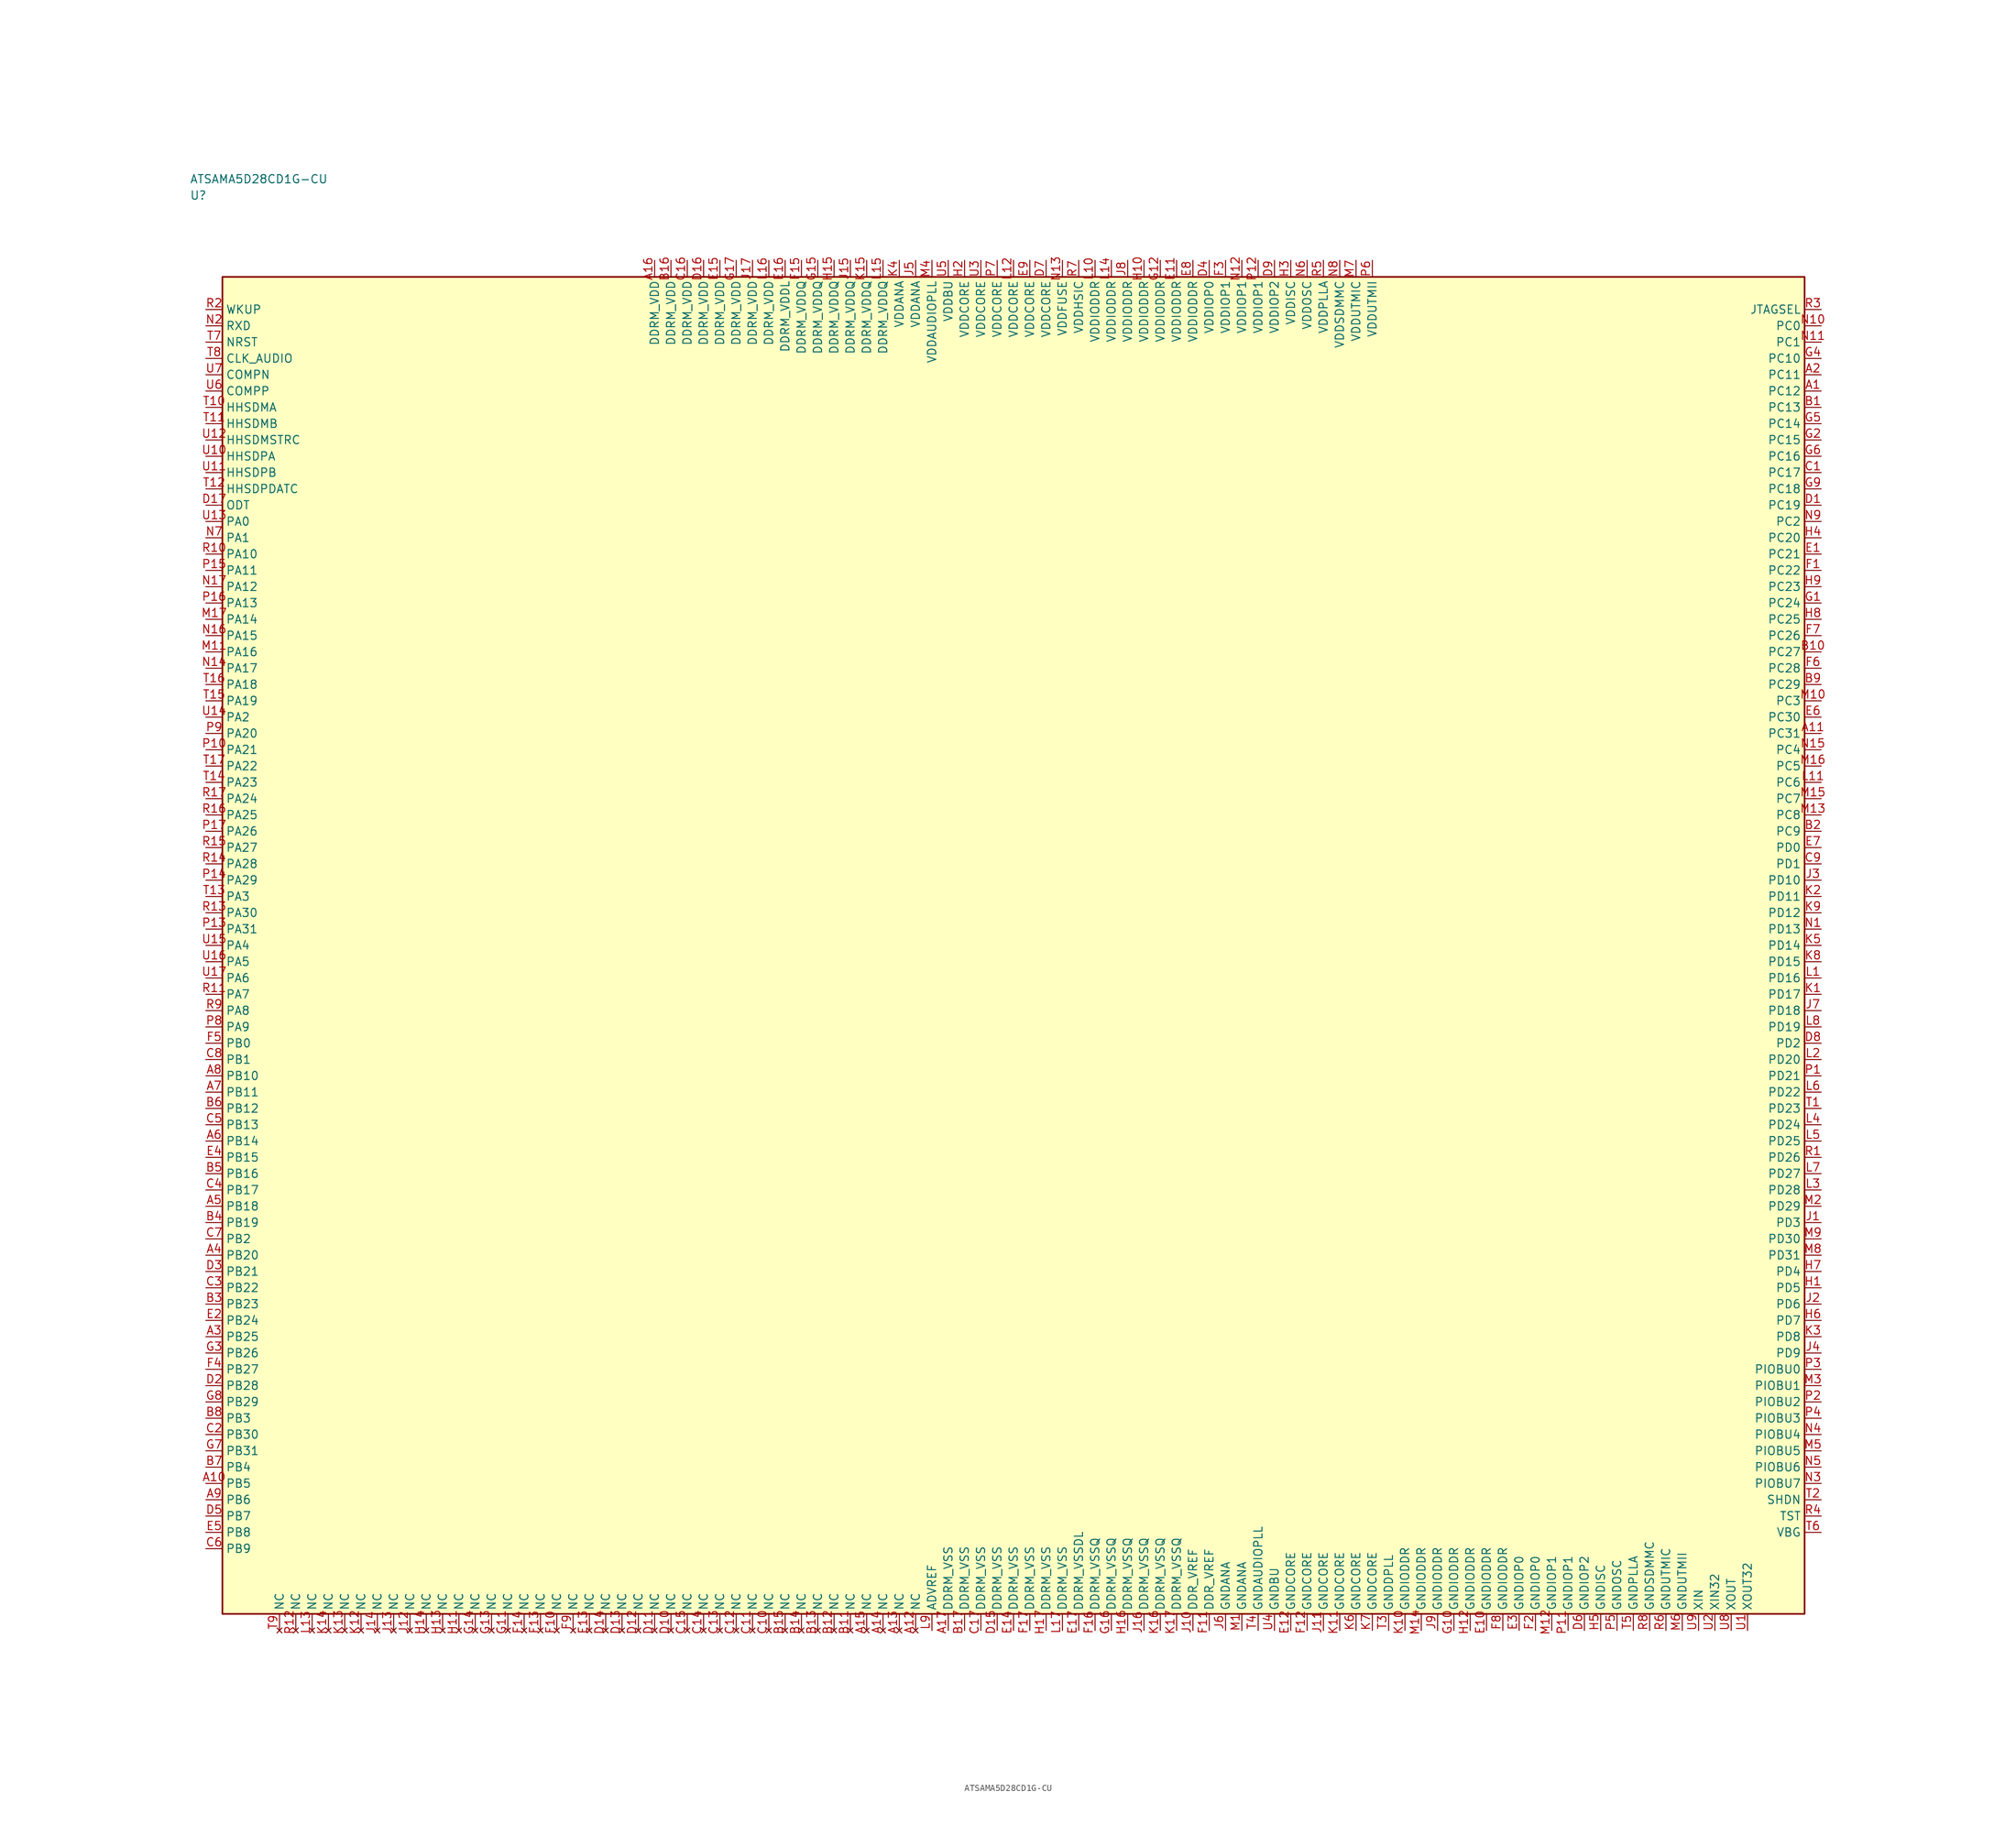
<source format=kicad_sym>
(kicad_symbol_lib
  (version 20241025)
  (generator "kicad_symbol_editor")
  (generator_version "8.0")
  (symbol "ATSAMA5D28CD1G-CU"
    (property "Reference" "U"
      (at -126.25 115.0 0)
      (effects (font (size 1.27 1.27)) (justify left)))
    (property "Value" "ATSAMA5D28CD1G-CU"
      (at -126.25 117.5 0)
      (effects (font (size 1.27 1.27)) (justify left)))
    (symbol "ATSAMA5D28CD1G-CU_0_1"
      (rectangle (start -121.25 102.5) (end 121.25 -102.5) (stroke (width 0.254) (type default)) (fill (type background))))
    (symbol "ATSAMA5D28CD1G-CU_1_1"
      (pin bidirectional line (at -123.79 65.0 0.0) (length 2.54) (name "PA0" (effects (font (size 1.27 1.27)))) (number "U13" (effects (font (size 1.27 1.27)))))
      (pin bidirectional line (at -123.79 62.5 0.0) (length 2.54) (name "PA1" (effects (font (size 1.27 1.27)))) (number "N7" (effects (font (size 1.27 1.27)))))
      (pin bidirectional line (at -123.79 35.0 0.0) (length 2.54) (name "PA2" (effects (font (size 1.27 1.27)))) (number "U14" (effects (font (size 1.27 1.27)))))
      (pin bidirectional line (at -123.79 7.5 0.0) (length 2.54) (name "PA3" (effects (font (size 1.27 1.27)))) (number "T13" (effects (font (size 1.27 1.27)))))
      (pin bidirectional line (at -123.79 0.0 0.0) (length 2.54) (name "PA4" (effects (font (size 1.27 1.27)))) (number "U15" (effects (font (size 1.27 1.27)))))
      (pin bidirectional line (at -123.79 -2.5 0.0) (length 2.54) (name "PA5" (effects (font (size 1.27 1.27)))) (number "U16" (effects (font (size 1.27 1.27)))))
      (pin bidirectional line (at -123.79 -5.0 0.0) (length 2.54) (name "PA6" (effects (font (size 1.27 1.27)))) (number "U17" (effects (font (size 1.27 1.27)))))
      (pin bidirectional line (at -123.79 -7.5 0.0) (length 2.54) (name "PA7" (effects (font (size 1.27 1.27)))) (number "R11" (effects (font (size 1.27 1.27)))))
      (pin bidirectional line (at -123.79 -10.0 0.0) (length 2.54) (name "PA8" (effects (font (size 1.27 1.27)))) (number "R9" (effects (font (size 1.27 1.27)))))
      (pin bidirectional line (at -123.79 -12.5 0.0) (length 2.54) (name "PA9" (effects (font (size 1.27 1.27)))) (number "P8" (effects (font (size 1.27 1.27)))))
      (pin bidirectional line (at -123.79 60.0 0.0) (length 2.54) (name "PA10" (effects (font (size 1.27 1.27)))) (number "R10" (effects (font (size 1.27 1.27)))))
      (pin bidirectional line (at -123.79 57.5 0.0) (length 2.54) (name "PA11" (effects (font (size 1.27 1.27)))) (number "P15" (effects (font (size 1.27 1.27)))))
      (pin bidirectional line (at -123.79 55.0 0.0) (length 2.54) (name "PA12" (effects (font (size 1.27 1.27)))) (number "N17" (effects (font (size 1.27 1.27)))))
      (pin bidirectional line (at -123.79 52.5 0.0) (length 2.54) (name "PA13" (effects (font (size 1.27 1.27)))) (number "P16" (effects (font (size 1.27 1.27)))))
      (pin bidirectional line (at -123.79 50.0 0.0) (length 2.54) (name "PA14" (effects (font (size 1.27 1.27)))) (number "M17" (effects (font (size 1.27 1.27)))))
      (pin bidirectional line (at -123.79 47.5 0.0) (length 2.54) (name "PA15" (effects (font (size 1.27 1.27)))) (number "N16" (effects (font (size 1.27 1.27)))))
      (pin bidirectional line (at -123.79 45.0 0.0) (length 2.54) (name "PA16" (effects (font (size 1.27 1.27)))) (number "M11" (effects (font (size 1.27 1.27)))))
      (pin bidirectional line (at -123.79 42.5 0.0) (length 2.54) (name "PA17" (effects (font (size 1.27 1.27)))) (number "N14" (effects (font (size 1.27 1.27)))))
      (pin bidirectional line (at -123.79 40.0 0.0) (length 2.54) (name "PA18" (effects (font (size 1.27 1.27)))) (number "T16" (effects (font (size 1.27 1.27)))))
      (pin bidirectional line (at -123.79 37.5 0.0) (length 2.54) (name "PA19" (effects (font (size 1.27 1.27)))) (number "T15" (effects (font (size 1.27 1.27)))))
      (pin bidirectional line (at -123.79 32.5 0.0) (length 2.54) (name "PA20" (effects (font (size 1.27 1.27)))) (number "P9" (effects (font (size 1.27 1.27)))))
      (pin bidirectional line (at -123.79 30.0 0.0) (length 2.54) (name "PA21" (effects (font (size 1.27 1.27)))) (number "P10" (effects (font (size 1.27 1.27)))))
      (pin bidirectional line (at -123.79 27.5 0.0) (length 2.54) (name "PA22" (effects (font (size 1.27 1.27)))) (number "T17" (effects (font (size 1.27 1.27)))))
      (pin bidirectional line (at -123.79 25.0 0.0) (length 2.54) (name "PA23" (effects (font (size 1.27 1.27)))) (number "T14" (effects (font (size 1.27 1.27)))))
      (pin bidirectional line (at -123.79 22.5 0.0) (length 2.54) (name "PA24" (effects (font (size 1.27 1.27)))) (number "R17" (effects (font (size 1.27 1.27)))))
      (pin bidirectional line (at -123.79 20.0 0.0) (length 2.54) (name "PA25" (effects (font (size 1.27 1.27)))) (number "R16" (effects (font (size 1.27 1.27)))))
      (pin bidirectional line (at -123.79 17.5 0.0) (length 2.54) (name "PA26" (effects (font (size 1.27 1.27)))) (number "P17" (effects (font (size 1.27 1.27)))))
      (pin bidirectional line (at -123.79 15.0 0.0) (length 2.54) (name "PA27" (effects (font (size 1.27 1.27)))) (number "R15" (effects (font (size 1.27 1.27)))))
      (pin bidirectional line (at -123.79 12.5 0.0) (length 2.54) (name "PA28" (effects (font (size 1.27 1.27)))) (number "R14" (effects (font (size 1.27 1.27)))))
      (pin bidirectional line (at -123.79 10.0 0.0) (length 2.54) (name "PA29" (effects (font (size 1.27 1.27)))) (number "P14" (effects (font (size 1.27 1.27)))))
      (pin bidirectional line (at -123.79 5.0 0.0) (length 2.54) (name "PA30" (effects (font (size 1.27 1.27)))) (number "R13" (effects (font (size 1.27 1.27)))))
      (pin bidirectional line (at -123.79 2.5 0.0) (length 2.54) (name "PA31" (effects (font (size 1.27 1.27)))) (number "P13" (effects (font (size 1.27 1.27)))))
      (pin bidirectional line (at -123.79 -15.0 0.0) (length 2.54) (name "PB0" (effects (font (size 1.27 1.27)))) (number "F5" (effects (font (size 1.27 1.27)))))
      (pin bidirectional line (at -123.79 -17.5 0.0) (length 2.54) (name "PB1" (effects (font (size 1.27 1.27)))) (number "C8" (effects (font (size 1.27 1.27)))))
      (pin bidirectional line (at -123.79 -45.0 0.0) (length 2.54) (name "PB2" (effects (font (size 1.27 1.27)))) (number "C7" (effects (font (size 1.27 1.27)))))
      (pin bidirectional line (at -123.79 -72.5 0.0) (length 2.54) (name "PB3" (effects (font (size 1.27 1.27)))) (number "B8" (effects (font (size 1.27 1.27)))))
      (pin bidirectional line (at -123.79 -80.0 0.0) (length 2.54) (name "PB4" (effects (font (size 1.27 1.27)))) (number "B7" (effects (font (size 1.27 1.27)))))
      (pin bidirectional line (at -123.79 -82.5 0.0) (length 2.54) (name "PB5" (effects (font (size 1.27 1.27)))) (number "A10" (effects (font (size 1.27 1.27)))))
      (pin bidirectional line (at -123.79 -85.0 0.0) (length 2.54) (name "PB6" (effects (font (size 1.27 1.27)))) (number "A9" (effects (font (size 1.27 1.27)))))
      (pin bidirectional line (at -123.79 -87.5 0.0) (length 2.54) (name "PB7" (effects (font (size 1.27 1.27)))) (number "D5" (effects (font (size 1.27 1.27)))))
      (pin bidirectional line (at -123.79 -90.0 0.0) (length 2.54) (name "PB8" (effects (font (size 1.27 1.27)))) (number "E5" (effects (font (size 1.27 1.27)))))
      (pin bidirectional line (at -123.79 -92.5 0.0) (length 2.54) (name "PB9" (effects (font (size 1.27 1.27)))) (number "C6" (effects (font (size 1.27 1.27)))))
      (pin bidirectional line (at -123.79 -20.0 0.0) (length 2.54) (name "PB10" (effects (font (size 1.27 1.27)))) (number "A8" (effects (font (size 1.27 1.27)))))
      (pin bidirectional line (at -123.79 -22.5 0.0) (length 2.54) (name "PB11" (effects (font (size 1.27 1.27)))) (number "A7" (effects (font (size 1.27 1.27)))))
      (pin bidirectional line (at -123.79 -25.0 0.0) (length 2.54) (name "PB12" (effects (font (size 1.27 1.27)))) (number "B6" (effects (font (size 1.27 1.27)))))
      (pin bidirectional line (at -123.79 -27.5 0.0) (length 2.54) (name "PB13" (effects (font (size 1.27 1.27)))) (number "C5" (effects (font (size 1.27 1.27)))))
      (pin bidirectional line (at -123.79 -30.0 0.0) (length 2.54) (name "PB14" (effects (font (size 1.27 1.27)))) (number "A6" (effects (font (size 1.27 1.27)))))
      (pin bidirectional line (at -123.79 -32.5 0.0) (length 2.54) (name "PB15" (effects (font (size 1.27 1.27)))) (number "E4" (effects (font (size 1.27 1.27)))))
      (pin bidirectional line (at -123.79 -35.0 0.0) (length 2.54) (name "PB16" (effects (font (size 1.27 1.27)))) (number "B5" (effects (font (size 1.27 1.27)))))
      (pin bidirectional line (at -123.79 -37.5 0.0) (length 2.54) (name "PB17" (effects (font (size 1.27 1.27)))) (number "C4" (effects (font (size 1.27 1.27)))))
      (pin bidirectional line (at -123.79 -40.0 0.0) (length 2.54) (name "PB18" (effects (font (size 1.27 1.27)))) (number "A5" (effects (font (size 1.27 1.27)))))
      (pin bidirectional line (at -123.79 -42.5 0.0) (length 2.54) (name "PB19" (effects (font (size 1.27 1.27)))) (number "B4" (effects (font (size 1.27 1.27)))))
      (pin bidirectional line (at -123.79 -47.5 0.0) (length 2.54) (name "PB20" (effects (font (size 1.27 1.27)))) (number "A4" (effects (font (size 1.27 1.27)))))
      (pin bidirectional line (at -123.79 -50.0 0.0) (length 2.54) (name "PB21" (effects (font (size 1.27 1.27)))) (number "D3" (effects (font (size 1.27 1.27)))))
      (pin bidirectional line (at -123.79 -52.5 0.0) (length 2.54) (name "PB22" (effects (font (size 1.27 1.27)))) (number "C3" (effects (font (size 1.27 1.27)))))
      (pin bidirectional line (at -123.79 -55.0 0.0) (length 2.54) (name "PB23" (effects (font (size 1.27 1.27)))) (number "B3" (effects (font (size 1.27 1.27)))))
      (pin bidirectional line (at -123.79 -57.5 0.0) (length 2.54) (name "PB24" (effects (font (size 1.27 1.27)))) (number "E2" (effects (font (size 1.27 1.27)))))
      (pin bidirectional line (at -123.79 -60.0 0.0) (length 2.54) (name "PB25" (effects (font (size 1.27 1.27)))) (number "A3" (effects (font (size 1.27 1.27)))))
      (pin bidirectional line (at -123.79 -62.5 0.0) (length 2.54) (name "PB26" (effects (font (size 1.27 1.27)))) (number "G3" (effects (font (size 1.27 1.27)))))
      (pin bidirectional line (at -123.79 -65.0 0.0) (length 2.54) (name "PB27" (effects (font (size 1.27 1.27)))) (number "F4" (effects (font (size 1.27 1.27)))))
      (pin bidirectional line (at -123.79 -67.5 0.0) (length 2.54) (name "PB28" (effects (font (size 1.27 1.27)))) (number "D2" (effects (font (size 1.27 1.27)))))
      (pin bidirectional line (at -123.79 -70.0 0.0) (length 2.54) (name "PB29" (effects (font (size 1.27 1.27)))) (number "G8" (effects (font (size 1.27 1.27)))))
      (pin bidirectional line (at -123.79 -75.0 0.0) (length 2.54) (name "PB30" (effects (font (size 1.27 1.27)))) (number "C2" (effects (font (size 1.27 1.27)))))
      (pin bidirectional line (at -123.79 -77.5 0.0) (length 2.54) (name "PB31" (effects (font (size 1.27 1.27)))) (number "G7" (effects (font (size 1.27 1.27)))))
      (pin bidirectional line (at 123.79 95.0 180.0) (length 2.54) (name "PC0" (effects (font (size 1.27 1.27)))) (number "N10" (effects (font (size 1.27 1.27)))))
      (pin bidirectional line (at 123.79 92.5 180.0) (length 2.54) (name "PC1" (effects (font (size 1.27 1.27)))) (number "N11" (effects (font (size 1.27 1.27)))))
      (pin bidirectional line (at 123.79 65.0 180.0) (length 2.54) (name "PC2" (effects (font (size 1.27 1.27)))) (number "N9" (effects (font (size 1.27 1.27)))))
      (pin bidirectional line (at 123.79 37.5 180.0) (length 2.54) (name "PC3" (effects (font (size 1.27 1.27)))) (number "M10" (effects (font (size 1.27 1.27)))))
      (pin bidirectional line (at 123.79 30.0 180.0) (length 2.54) (name "PC4" (effects (font (size 1.27 1.27)))) (number "N15" (effects (font (size 1.27 1.27)))))
      (pin bidirectional line (at 123.79 27.5 180.0) (length 2.54) (name "PC5" (effects (font (size 1.27 1.27)))) (number "M16" (effects (font (size 1.27 1.27)))))
      (pin bidirectional line (at 123.79 25.0 180.0) (length 2.54) (name "PC6" (effects (font (size 1.27 1.27)))) (number "L11" (effects (font (size 1.27 1.27)))))
      (pin bidirectional line (at 123.79 22.5 180.0) (length 2.54) (name "PC7" (effects (font (size 1.27 1.27)))) (number "M15" (effects (font (size 1.27 1.27)))))
      (pin bidirectional line (at 123.79 20.0 180.0) (length 2.54) (name "PC8" (effects (font (size 1.27 1.27)))) (number "M13" (effects (font (size 1.27 1.27)))))
      (pin bidirectional line (at 123.79 17.5 180.0) (length 2.54) (name "PC9" (effects (font (size 1.27 1.27)))) (number "B2" (effects (font (size 1.27 1.27)))))
      (pin bidirectional line (at 123.79 90.0 180.0) (length 2.54) (name "PC10" (effects (font (size 1.27 1.27)))) (number "G4" (effects (font (size 1.27 1.27)))))
      (pin bidirectional line (at 123.79 87.5 180.0) (length 2.54) (name "PC11" (effects (font (size 1.27 1.27)))) (number "A2" (effects (font (size 1.27 1.27)))))
      (pin bidirectional line (at 123.79 85.0 180.0) (length 2.54) (name "PC12" (effects (font (size 1.27 1.27)))) (number "A1" (effects (font (size 1.27 1.27)))))
      (pin bidirectional line (at 123.79 82.5 180.0) (length 2.54) (name "PC13" (effects (font (size 1.27 1.27)))) (number "B1" (effects (font (size 1.27 1.27)))))
      (pin bidirectional line (at 123.79 80.0 180.0) (length 2.54) (name "PC14" (effects (font (size 1.27 1.27)))) (number "G5" (effects (font (size 1.27 1.27)))))
      (pin bidirectional line (at 123.79 77.5 180.0) (length 2.54) (name "PC15" (effects (font (size 1.27 1.27)))) (number "G2" (effects (font (size 1.27 1.27)))))
      (pin bidirectional line (at 123.79 75.0 180.0) (length 2.54) (name "PC16" (effects (font (size 1.27 1.27)))) (number "G6" (effects (font (size 1.27 1.27)))))
      (pin bidirectional line (at 123.79 72.5 180.0) (length 2.54) (name "PC17" (effects (font (size 1.27 1.27)))) (number "C1" (effects (font (size 1.27 1.27)))))
      (pin bidirectional line (at 123.79 70.0 180.0) (length 2.54) (name "PC18" (effects (font (size 1.27 1.27)))) (number "G9" (effects (font (size 1.27 1.27)))))
      (pin bidirectional line (at 123.79 67.5 180.0) (length 2.54) (name "PC19" (effects (font (size 1.27 1.27)))) (number "D1" (effects (font (size 1.27 1.27)))))
      (pin bidirectional line (at 123.79 62.5 180.0) (length 2.54) (name "PC20" (effects (font (size 1.27 1.27)))) (number "H4" (effects (font (size 1.27 1.27)))))
      (pin bidirectional line (at 123.79 60.0 180.0) (length 2.54) (name "PC21" (effects (font (size 1.27 1.27)))) (number "E1" (effects (font (size 1.27 1.27)))))
      (pin bidirectional line (at 123.79 57.5 180.0) (length 2.54) (name "PC22" (effects (font (size 1.27 1.27)))) (number "F1" (effects (font (size 1.27 1.27)))))
      (pin bidirectional line (at 123.79 55.0 180.0) (length 2.54) (name "PC23" (effects (font (size 1.27 1.27)))) (number "H9" (effects (font (size 1.27 1.27)))))
      (pin bidirectional line (at 123.79 52.5 180.0) (length 2.54) (name "PC24" (effects (font (size 1.27 1.27)))) (number "G1" (effects (font (size 1.27 1.27)))))
      (pin bidirectional line (at 123.79 50.0 180.0) (length 2.54) (name "PC25" (effects (font (size 1.27 1.27)))) (number "H8" (effects (font (size 1.27 1.27)))))
      (pin bidirectional line (at 123.79 47.5 180.0) (length 2.54) (name "PC26" (effects (font (size 1.27 1.27)))) (number "F7" (effects (font (size 1.27 1.27)))))
      (pin bidirectional line (at 123.79 45.0 180.0) (length 2.54) (name "PC27" (effects (font (size 1.27 1.27)))) (number "B10" (effects (font (size 1.27 1.27)))))
      (pin bidirectional line (at 123.79 42.5 180.0) (length 2.54) (name "PC28" (effects (font (size 1.27 1.27)))) (number "F6" (effects (font (size 1.27 1.27)))))
      (pin bidirectional line (at 123.79 40.0 180.0) (length 2.54) (name "PC29" (effects (font (size 1.27 1.27)))) (number "B9" (effects (font (size 1.27 1.27)))))
      (pin bidirectional line (at 123.79 35.0 180.0) (length 2.54) (name "PC30" (effects (font (size 1.27 1.27)))) (number "E6" (effects (font (size 1.27 1.27)))))
      (pin bidirectional line (at 123.79 32.5 180.0) (length 2.54) (name "PC31" (effects (font (size 1.27 1.27)))) (number "A11" (effects (font (size 1.27 1.27)))))
      (pin bidirectional line (at 123.79 15.0 180.0) (length 2.54) (name "PD0" (effects (font (size 1.27 1.27)))) (number "E7" (effects (font (size 1.27 1.27)))))
      (pin bidirectional line (at 123.79 12.5 180.0) (length 2.54) (name "PD1" (effects (font (size 1.27 1.27)))) (number "C9" (effects (font (size 1.27 1.27)))))
      (pin bidirectional line (at 123.79 -15.0 180.0) (length 2.54) (name "PD2" (effects (font (size 1.27 1.27)))) (number "D8" (effects (font (size 1.27 1.27)))))
      (pin bidirectional line (at 123.79 -42.5 180.0) (length 2.54) (name "PD3" (effects (font (size 1.27 1.27)))) (number "J1" (effects (font (size 1.27 1.27)))))
      (pin bidirectional line (at 123.79 -50.0 180.0) (length 2.54) (name "PD4" (effects (font (size 1.27 1.27)))) (number "H7" (effects (font (size 1.27 1.27)))))
      (pin bidirectional line (at 123.79 -52.5 180.0) (length 2.54) (name "PD5" (effects (font (size 1.27 1.27)))) (number "H1" (effects (font (size 1.27 1.27)))))
      (pin bidirectional line (at 123.79 -55.0 180.0) (length 2.54) (name "PD6" (effects (font (size 1.27 1.27)))) (number "J2" (effects (font (size 1.27 1.27)))))
      (pin bidirectional line (at 123.79 -57.5 180.0) (length 2.54) (name "PD7" (effects (font (size 1.27 1.27)))) (number "H6" (effects (font (size 1.27 1.27)))))
      (pin bidirectional line (at 123.79 -60.0 180.0) (length 2.54) (name "PD8" (effects (font (size 1.27 1.27)))) (number "K3" (effects (font (size 1.27 1.27)))))
      (pin bidirectional line (at 123.79 -62.5 180.0) (length 2.54) (name "PD9" (effects (font (size 1.27 1.27)))) (number "J4" (effects (font (size 1.27 1.27)))))
      (pin bidirectional line (at 123.79 10.0 180.0) (length 2.54) (name "PD10" (effects (font (size 1.27 1.27)))) (number "J3" (effects (font (size 1.27 1.27)))))
      (pin bidirectional line (at 123.79 7.5 180.0) (length 2.54) (name "PD11" (effects (font (size 1.27 1.27)))) (number "K2" (effects (font (size 1.27 1.27)))))
      (pin bidirectional line (at 123.79 5.0 180.0) (length 2.54) (name "PD12" (effects (font (size 1.27 1.27)))) (number "K9" (effects (font (size 1.27 1.27)))))
      (pin bidirectional line (at 123.79 2.5 180.0) (length 2.54) (name "PD13" (effects (font (size 1.27 1.27)))) (number "N1" (effects (font (size 1.27 1.27)))))
      (pin bidirectional line (at 123.79 0.0 180.0) (length 2.54) (name "PD14" (effects (font (size 1.27 1.27)))) (number "K5" (effects (font (size 1.27 1.27)))))
      (pin bidirectional line (at 123.79 -2.5 180.0) (length 2.54) (name "PD15" (effects (font (size 1.27 1.27)))) (number "K8" (effects (font (size 1.27 1.27)))))
      (pin bidirectional line (at 123.79 -5.0 180.0) (length 2.54) (name "PD16" (effects (font (size 1.27 1.27)))) (number "L1" (effects (font (size 1.27 1.27)))))
      (pin bidirectional line (at 123.79 -7.5 180.0) (length 2.54) (name "PD17" (effects (font (size 1.27 1.27)))) (number "K1" (effects (font (size 1.27 1.27)))))
      (pin bidirectional line (at 123.79 -10.0 180.0) (length 2.54) (name "PD18" (effects (font (size 1.27 1.27)))) (number "J7" (effects (font (size 1.27 1.27)))))
      (pin bidirectional line (at 123.79 -12.5 180.0) (length 2.54) (name "PD19" (effects (font (size 1.27 1.27)))) (number "L8" (effects (font (size 1.27 1.27)))))
      (pin bidirectional line (at 123.79 -17.5 180.0) (length 2.54) (name "PD20" (effects (font (size 1.27 1.27)))) (number "L2" (effects (font (size 1.27 1.27)))))
      (pin bidirectional line (at 123.79 -20.0 180.0) (length 2.54) (name "PD21" (effects (font (size 1.27 1.27)))) (number "P1" (effects (font (size 1.27 1.27)))))
      (pin bidirectional line (at 123.79 -22.5 180.0) (length 2.54) (name "PD22" (effects (font (size 1.27 1.27)))) (number "L6" (effects (font (size 1.27 1.27)))))
      (pin bidirectional line (at 123.79 -25.0 180.0) (length 2.54) (name "PD23" (effects (font (size 1.27 1.27)))) (number "T1" (effects (font (size 1.27 1.27)))))
      (pin bidirectional line (at 123.79 -27.5 180.0) (length 2.54) (name "PD24" (effects (font (size 1.27 1.27)))) (number "L4" (effects (font (size 1.27 1.27)))))
      (pin bidirectional line (at 123.79 -30.0 180.0) (length 2.54) (name "PD25" (effects (font (size 1.27 1.27)))) (number "L5" (effects (font (size 1.27 1.27)))))
      (pin bidirectional line (at 123.79 -32.5 180.0) (length 2.54) (name "PD26" (effects (font (size 1.27 1.27)))) (number "R1" (effects (font (size 1.27 1.27)))))
      (pin bidirectional line (at 123.79 -35.0 180.0) (length 2.54) (name "PD27" (effects (font (size 1.27 1.27)))) (number "L7" (effects (font (size 1.27 1.27)))))
      (pin bidirectional line (at 123.79 -37.5 180.0) (length 2.54) (name "PD28" (effects (font (size 1.27 1.27)))) (number "L3" (effects (font (size 1.27 1.27)))))
      (pin bidirectional line (at 123.79 -40.0 180.0) (length 2.54) (name "PD29" (effects (font (size 1.27 1.27)))) (number "M2" (effects (font (size 1.27 1.27)))))
      (pin bidirectional line (at 123.79 -45.0 180.0) (length 2.54) (name "PD30" (effects (font (size 1.27 1.27)))) (number "M9" (effects (font (size 1.27 1.27)))))
      (pin bidirectional line (at 123.79 -47.5 180.0) (length 2.54) (name "PD31" (effects (font (size 1.27 1.27)))) (number "M8" (effects (font (size 1.27 1.27)))))
      (pin passive line (at -12.5 -105.04 90.0) (length 2.54) (name "ADVREF" (effects (font (size 1.27 1.27)))) (number "L9" (effects (font (size 1.27 1.27)))))
      (pin power_in line (at -17.5 105.04 270.0) (length 2.54) (name "VDDANA" (effects (font (size 1.27 1.27)))) (number "K4" (effects (font (size 1.27 1.27)))))
      (pin power_in line (at -15.0 105.04 270.0) (length 2.54) (name "VDDANA" (effects (font (size 1.27 1.27)))) (number "J5" (effects (font (size 1.27 1.27)))))
      (pin passive line (at 32.5 -105.04 90.0) (length 2.54) (name "GNDANA" (effects (font (size 1.27 1.27)))) (number "J6" (effects (font (size 1.27 1.27)))))
      (pin passive line (at 35.0 -105.04 90.0) (length 2.54) (name "GNDANA" (effects (font (size 1.27 1.27)))) (number "M1" (effects (font (size 1.27 1.27)))))
      (pin passive line (at 27.5 -105.04 90.0) (length 2.54) (name "DDR_VREF" (effects (font (size 1.27 1.27)))) (number "J10" (effects (font (size 1.27 1.27)))))
      (pin passive line (at 30.0 -105.04 90.0) (length 2.54) (name "DDR_VREF" (effects (font (size 1.27 1.27)))) (number "F11" (effects (font (size 1.27 1.27)))))
      (pin power_in line (at 12.5 105.04 270.0) (length 2.54) (name "VDDIODDR" (effects (font (size 1.27 1.27)))) (number "L10" (effects (font (size 1.27 1.27)))))
      (pin power_in line (at 15.0 105.04 270.0) (length 2.54) (name "VDDIODDR" (effects (font (size 1.27 1.27)))) (number "L14" (effects (font (size 1.27 1.27)))))
      (pin power_in line (at 17.5 105.04 270.0) (length 2.54) (name "VDDIODDR" (effects (font (size 1.27 1.27)))) (number "J8" (effects (font (size 1.27 1.27)))))
      (pin power_in line (at 20.0 105.04 270.0) (length 2.54) (name "VDDIODDR" (effects (font (size 1.27 1.27)))) (number "H10" (effects (font (size 1.27 1.27)))))
      (pin power_in line (at 22.5 105.04 270.0) (length 2.54) (name "VDDIODDR" (effects (font (size 1.27 1.27)))) (number "G12" (effects (font (size 1.27 1.27)))))
      (pin power_in line (at 25.0 105.04 270.0) (length 2.54) (name "VDDIODDR" (effects (font (size 1.27 1.27)))) (number "E11" (effects (font (size 1.27 1.27)))))
      (pin power_in line (at 27.5 105.04 270.0) (length 2.54) (name "VDDIODDR" (effects (font (size 1.27 1.27)))) (number "E8" (effects (font (size 1.27 1.27)))))
      (pin passive line (at 60.0 -105.04 90.0) (length 2.54) (name "GNDIODDR" (effects (font (size 1.27 1.27)))) (number "K10" (effects (font (size 1.27 1.27)))))
      (pin passive line (at 62.5 -105.04 90.0) (length 2.54) (name "GNDIODDR" (effects (font (size 1.27 1.27)))) (number "M14" (effects (font (size 1.27 1.27)))))
      (pin passive line (at 65.0 -105.04 90.0) (length 2.54) (name "GNDIODDR" (effects (font (size 1.27 1.27)))) (number "J9" (effects (font (size 1.27 1.27)))))
      (pin passive line (at 67.5 -105.04 90.0) (length 2.54) (name "GNDIODDR" (effects (font (size 1.27 1.27)))) (number "G10" (effects (font (size 1.27 1.27)))))
      (pin passive line (at 70.0 -105.04 90.0) (length 2.54) (name "GNDIODDR" (effects (font (size 1.27 1.27)))) (number "H12" (effects (font (size 1.27 1.27)))))
      (pin passive line (at 72.5 -105.04 90.0) (length 2.54) (name "GNDIODDR" (effects (font (size 1.27 1.27)))) (number "E10" (effects (font (size 1.27 1.27)))))
      (pin passive line (at 75.0 -105.04 90.0) (length 2.54) (name "GNDIODDR" (effects (font (size 1.27 1.27)))) (number "F8" (effects (font (size 1.27 1.27)))))
      (pin power_in line (at -7.5 105.04 270.0) (length 2.54) (name "VDDCORE" (effects (font (size 1.27 1.27)))) (number "H2" (effects (font (size 1.27 1.27)))))
      (pin power_in line (at -5.0 105.04 270.0) (length 2.54) (name "VDDCORE" (effects (font (size 1.27 1.27)))) (number "U3" (effects (font (size 1.27 1.27)))))
      (pin power_in line (at -2.5 105.04 270.0) (length 2.54) (name "VDDCORE" (effects (font (size 1.27 1.27)))) (number "P7" (effects (font (size 1.27 1.27)))))
      (pin power_in line (at 0.0 105.04 270.0) (length 2.54) (name "VDDCORE" (effects (font (size 1.27 1.27)))) (number "L12" (effects (font (size 1.27 1.27)))))
      (pin power_in line (at 2.5 105.04 270.0) (length 2.54) (name "VDDCORE" (effects (font (size 1.27 1.27)))) (number "E9" (effects (font (size 1.27 1.27)))))
      (pin power_in line (at 5.0 105.04 270.0) (length 2.54) (name "VDDCORE" (effects (font (size 1.27 1.27)))) (number "D7" (effects (font (size 1.27 1.27)))))
      (pin passive line (at 42.5 -105.04 90.0) (length 2.54) (name "GNDCORE" (effects (font (size 1.27 1.27)))) (number "E12" (effects (font (size 1.27 1.27)))))
      (pin passive line (at 45.0 -105.04 90.0) (length 2.54) (name "GNDCORE" (effects (font (size 1.27 1.27)))) (number "F12" (effects (font (size 1.27 1.27)))))
      (pin passive line (at 47.5 -105.04 90.0) (length 2.54) (name "GNDCORE" (effects (font (size 1.27 1.27)))) (number "J11" (effects (font (size 1.27 1.27)))))
      (pin passive line (at 50.0 -105.04 90.0) (length 2.54) (name "GNDCORE" (effects (font (size 1.27 1.27)))) (number "K11" (effects (font (size 1.27 1.27)))))
      (pin passive line (at 52.5 -105.04 90.0) (length 2.54) (name "GNDCORE" (effects (font (size 1.27 1.27)))) (number "K6" (effects (font (size 1.27 1.27)))))
      (pin passive line (at 55.0 -105.04 90.0) (length 2.54) (name "GNDCORE" (effects (font (size 1.27 1.27)))) (number "K7" (effects (font (size 1.27 1.27)))))
      (pin power_in line (at 30.0 105.04 270.0) (length 2.54) (name "VDDIOP0" (effects (font (size 1.27 1.27)))) (number "D4" (effects (font (size 1.27 1.27)))))
      (pin power_in line (at 32.5 105.04 270.0) (length 2.54) (name "VDDIOP1" (effects (font (size 1.27 1.27)))) (number "F3" (effects (font (size 1.27 1.27)))))
      (pin passive line (at 77.5 -105.04 90.0) (length 2.54) (name "GNDIOP0" (effects (font (size 1.27 1.27)))) (number "E3" (effects (font (size 1.27 1.27)))))
      (pin passive line (at 80.0 -105.04 90.0) (length 2.54) (name "GNDIOP0" (effects (font (size 1.27 1.27)))) (number "F2" (effects (font (size 1.27 1.27)))))
      (pin power_in line (at 35.0 105.04 270.0) (length 2.54) (name "VDDIOP1" (effects (font (size 1.27 1.27)))) (number "N12" (effects (font (size 1.27 1.27)))))
      (pin power_in line (at 37.5 105.04 270.0) (length 2.54) (name "VDDIOP1" (effects (font (size 1.27 1.27)))) (number "P12" (effects (font (size 1.27 1.27)))))
      (pin passive line (at 82.5 -105.04 90.0) (length 2.54) (name "GNDIOP1" (effects (font (size 1.27 1.27)))) (number "M12" (effects (font (size 1.27 1.27)))))
      (pin passive line (at 85.0 -105.04 90.0) (length 2.54) (name "GNDIOP1" (effects (font (size 1.27 1.27)))) (number "P11" (effects (font (size 1.27 1.27)))))
      (pin power_in line (at 40.0 105.04 270.0) (length 2.54) (name "VDDIOP2" (effects (font (size 1.27 1.27)))) (number "D9" (effects (font (size 1.27 1.27)))))
      (pin passive line (at 87.5 -105.04 90.0) (length 2.54) (name "GNDIOP2" (effects (font (size 1.27 1.27)))) (number "D6" (effects (font (size 1.27 1.27)))))
      (pin power_in line (at 50.0 105.04 270.0) (length 2.54) (name "VDDSDMMC" (effects (font (size 1.27 1.27)))) (number "N8" (effects (font (size 1.27 1.27)))))
      (pin passive line (at 97.5 -105.04 90.0) (length 2.54) (name "GNDSDMMC" (effects (font (size 1.27 1.27)))) (number "R8" (effects (font (size 1.27 1.27)))))
      (pin power_in line (at 42.5 105.04 270.0) (length 2.54) (name "VDDISC" (effects (font (size 1.27 1.27)))) (number "H3" (effects (font (size 1.27 1.27)))))
      (pin passive line (at 90.0 -105.04 90.0) (length 2.54) (name "GNDISC" (effects (font (size 1.27 1.27)))) (number "H5" (effects (font (size 1.27 1.27)))))
      (pin power_in line (at 7.5 105.04 270.0) (length 2.54) (name "VDDFUSE" (effects (font (size 1.27 1.27)))) (number "N13" (effects (font (size 1.27 1.27)))))
      (pin power_in line (at 47.5 105.04 270.0) (length 2.54) (name "VDDPLLA" (effects (font (size 1.27 1.27)))) (number "R5" (effects (font (size 1.27 1.27)))))
      (pin passive line (at 95.0 -105.04 90.0) (length 2.54) (name "GNDPLLA" (effects (font (size 1.27 1.27)))) (number "T5" (effects (font (size 1.27 1.27)))))
      (pin power_in line (at -12.5 105.04 270.0) (length 2.54) (name "VDDAUDIOPLL" (effects (font (size 1.27 1.27)))) (number "M4" (effects (font (size 1.27 1.27)))))
      (pin passive line (at 57.5 -105.04 90.0) (length 2.54) (name "GNDDPLL" (effects (font (size 1.27 1.27)))) (number "T3" (effects (font (size 1.27 1.27)))))
      (pin passive line (at 37.5 -105.04 90.0) (length 2.54) (name "GNDAUDIOPLL" (effects (font (size 1.27 1.27)))) (number "T4" (effects (font (size 1.27 1.27)))))
      (pin bidirectional line (at -123.79 90.0 0.0) (length 2.54) (name "CLK_AUDIO" (effects (font (size 1.27 1.27)))) (number "T8" (effects (font (size 1.27 1.27)))))
      (pin passive line (at 105.0 -105.04 90.0) (length 2.54) (name "XIN" (effects (font (size 1.27 1.27)))) (number "U9" (effects (font (size 1.27 1.27)))))
      (pin passive line (at 110.0 -105.04 90.0) (length 2.54) (name "XOUT" (effects (font (size 1.27 1.27)))) (number "U8" (effects (font (size 1.27 1.27)))))
      (pin power_in line (at 45.0 105.04 270.0) (length 2.54) (name "VDDOSC" (effects (font (size 1.27 1.27)))) (number "N6" (effects (font (size 1.27 1.27)))))
      (pin passive line (at 92.5 -105.04 90.0) (length 2.54) (name "GNDOSC" (effects (font (size 1.27 1.27)))) (number "P5" (effects (font (size 1.27 1.27)))))
      (pin power_in line (at 55.0 105.04 270.0) (length 2.54) (name "VDDUTMII" (effects (font (size 1.27 1.27)))) (number "P6" (effects (font (size 1.27 1.27)))))
      (pin power_in line (at 10.0 105.04 270.0) (length 2.54) (name "VDDHSIC" (effects (font (size 1.27 1.27)))) (number "R7" (effects (font (size 1.27 1.27)))))
      (pin passive line (at 102.5 -105.04 90.0) (length 2.54) (name "GNDUTMII" (effects (font (size 1.27 1.27)))) (number "M6" (effects (font (size 1.27 1.27)))))
      (pin bidirectional line (at -123.79 75.0 0.0) (length 2.54) (name "HHSDPA" (effects (font (size 1.27 1.27)))) (number "U10" (effects (font (size 1.27 1.27)))))
      (pin bidirectional line (at -123.79 82.5 0.0) (length 2.54) (name "HHSDMA" (effects (font (size 1.27 1.27)))) (number "T10" (effects (font (size 1.27 1.27)))))
      (pin bidirectional line (at -123.79 72.5 0.0) (length 2.54) (name "HHSDPB" (effects (font (size 1.27 1.27)))) (number "U11" (effects (font (size 1.27 1.27)))))
      (pin bidirectional line (at -123.79 80.0 0.0) (length 2.54) (name "HHSDMB" (effects (font (size 1.27 1.27)))) (number "T11" (effects (font (size 1.27 1.27)))))
      (pin bidirectional line (at -123.79 70.0 0.0) (length 2.54) (name "HHSDPDATC" (effects (font (size 1.27 1.27)))) (number "T12" (effects (font (size 1.27 1.27)))))
      (pin bidirectional line (at -123.79 77.5 0.0) (length 2.54) (name "HHSDMSTRC" (effects (font (size 1.27 1.27)))) (number "U12" (effects (font (size 1.27 1.27)))))
      (pin power_in line (at 52.5 105.04 270.0) (length 2.54) (name "VDDUTMIC" (effects (font (size 1.27 1.27)))) (number "M7" (effects (font (size 1.27 1.27)))))
      (pin passive line (at 100.0 -105.04 90.0) (length 2.54) (name "GNDUTMIC" (effects (font (size 1.27 1.27)))) (number "R6" (effects (font (size 1.27 1.27)))))
      (pin bidirectional line (at 123.79 -90.0 180.0) (length 2.54) (name "VBG" (effects (font (size 1.27 1.27)))) (number "T6" (effects (font (size 1.27 1.27)))))
      (pin bidirectional line (at 123.79 -87.5 180.0) (length 2.54) (name "TST" (effects (font (size 1.27 1.27)))) (number "R4" (effects (font (size 1.27 1.27)))))
      (pin input line (at -123.79 92.5 0.0) (length 2.54) (name "NRST" (effects (font (size 1.27 1.27)))) (number "T7" (effects (font (size 1.27 1.27)))))
      (pin output line (at 123.79 97.5 180.0) (length 2.54) (name "JTAGSEL" (effects (font (size 1.27 1.27)))) (number "R3" (effects (font (size 1.27 1.27)))))
      (pin input line (at -123.79 97.5 0.0) (length 2.54) (name "WKUP" (effects (font (size 1.27 1.27)))) (number "R2" (effects (font (size 1.27 1.27)))))
      (pin input line (at -123.79 95.0 0.0) (length 2.54) (name "RXD" (effects (font (size 1.27 1.27)))) (number "N2" (effects (font (size 1.27 1.27)))))
      (pin bidirectional line (at 123.79 -85.0 180.0) (length 2.54) (name "SHDN" (effects (font (size 1.27 1.27)))) (number "T2" (effects (font (size 1.27 1.27)))))
      (pin bidirectional line (at 123.79 -65.0 180.0) (length 2.54) (name "PIOBU0" (effects (font (size 1.27 1.27)))) (number "P3" (effects (font (size 1.27 1.27)))))
      (pin bidirectional line (at 123.79 -67.5 180.0) (length 2.54) (name "PIOBU1" (effects (font (size 1.27 1.27)))) (number "M3" (effects (font (size 1.27 1.27)))))
      (pin bidirectional line (at 123.79 -70.0 180.0) (length 2.54) (name "PIOBU2" (effects (font (size 1.27 1.27)))) (number "P2" (effects (font (size 1.27 1.27)))))
      (pin bidirectional line (at 123.79 -72.5 180.0) (length 2.54) (name "PIOBU3" (effects (font (size 1.27 1.27)))) (number "P4" (effects (font (size 1.27 1.27)))))
      (pin bidirectional line (at 123.79 -75.0 180.0) (length 2.54) (name "PIOBU4" (effects (font (size 1.27 1.27)))) (number "N4" (effects (font (size 1.27 1.27)))))
      (pin bidirectional line (at 123.79 -77.5 180.0) (length 2.54) (name "PIOBU5" (effects (font (size 1.27 1.27)))) (number "M5" (effects (font (size 1.27 1.27)))))
      (pin bidirectional line (at 123.79 -80.0 180.0) (length 2.54) (name "PIOBU6" (effects (font (size 1.27 1.27)))) (number "N5" (effects (font (size 1.27 1.27)))))
      (pin bidirectional line (at 123.79 -82.5 180.0) (length 2.54) (name "PIOBU7" (effects (font (size 1.27 1.27)))) (number "N3" (effects (font (size 1.27 1.27)))))
      (pin power_in line (at -10.0 105.04 270.0) (length 2.54) (name "VDDBU" (effects (font (size 1.27 1.27)))) (number "U5" (effects (font (size 1.27 1.27)))))
      (pin passive line (at 40.0 -105.04 90.0) (length 2.54) (name "GNDBU" (effects (font (size 1.27 1.27)))) (number "U4" (effects (font (size 1.27 1.27)))))
      (pin passive line (at 107.5 -105.04 90.0) (length 2.54) (name "XIN32" (effects (font (size 1.27 1.27)))) (number "U2" (effects (font (size 1.27 1.27)))))
      (pin passive line (at 112.5 -105.04 90.0) (length 2.54) (name "XOUT32" (effects (font (size 1.27 1.27)))) (number "U1" (effects (font (size 1.27 1.27)))))
      (pin bidirectional line (at -123.79 85.0 0.0) (length 2.54) (name "COMPP" (effects (font (size 1.27 1.27)))) (number "U6" (effects (font (size 1.27 1.27)))))
      (pin bidirectional line (at -123.79 87.5 0.0) (length 2.54) (name "COMPN" (effects (font (size 1.27 1.27)))) (number "U7" (effects (font (size 1.27 1.27)))))
      (pin bidirectional line (at -123.79 67.5 0.0) (length 2.54) (name "ODT" (effects (font (size 1.27 1.27)))) (number "D17" (effects (font (size 1.27 1.27)))))
      (pin power_in line (at -55.0 105.04 270.0) (length 2.54) (name "DDRM_VDD" (effects (font (size 1.27 1.27)))) (number "A16" (effects (font (size 1.27 1.27)))))
      (pin power_in line (at -52.5 105.04 270.0) (length 2.54) (name "DDRM_VDD" (effects (font (size 1.27 1.27)))) (number "B16" (effects (font (size 1.27 1.27)))))
      (pin power_in line (at -50.0 105.04 270.0) (length 2.54) (name "DDRM_VDD" (effects (font (size 1.27 1.27)))) (number "C16" (effects (font (size 1.27 1.27)))))
      (pin power_in line (at -47.5 105.04 270.0) (length 2.54) (name "DDRM_VDD" (effects (font (size 1.27 1.27)))) (number "D16" (effects (font (size 1.27 1.27)))))
      (pin power_in line (at -45.0 105.04 270.0) (length 2.54) (name "DDRM_VDD" (effects (font (size 1.27 1.27)))) (number "E15" (effects (font (size 1.27 1.27)))))
      (pin power_in line (at -42.5 105.04 270.0) (length 2.54) (name "DDRM_VDD" (effects (font (size 1.27 1.27)))) (number "G17" (effects (font (size 1.27 1.27)))))
      (pin power_in line (at -40.0 105.04 270.0) (length 2.54) (name "DDRM_VDD" (effects (font (size 1.27 1.27)))) (number "J17" (effects (font (size 1.27 1.27)))))
      (pin power_in line (at -37.5 105.04 270.0) (length 2.54) (name "DDRM_VDD" (effects (font (size 1.27 1.27)))) (number "L16" (effects (font (size 1.27 1.27)))))
      (pin power_in line (at -35.0 105.04 270.0) (length 2.54) (name "DDRM_VDDL" (effects (font (size 1.27 1.27)))) (number "E16" (effects (font (size 1.27 1.27)))))
      (pin power_in line (at -32.5 105.04 270.0) (length 2.54) (name "DDRM_VDDQ" (effects (font (size 1.27 1.27)))) (number "F15" (effects (font (size 1.27 1.27)))))
      (pin power_in line (at -30.0 105.04 270.0) (length 2.54) (name "DDRM_VDDQ" (effects (font (size 1.27 1.27)))) (number "G15" (effects (font (size 1.27 1.27)))))
      (pin power_in line (at -27.5 105.04 270.0) (length 2.54) (name "DDRM_VDDQ" (effects (font (size 1.27 1.27)))) (number "H15" (effects (font (size 1.27 1.27)))))
      (pin power_in line (at -25.0 105.04 270.0) (length 2.54) (name "DDRM_VDDQ" (effects (font (size 1.27 1.27)))) (number "J15" (effects (font (size 1.27 1.27)))))
      (pin power_in line (at -22.5 105.04 270.0) (length 2.54) (name "DDRM_VDDQ" (effects (font (size 1.27 1.27)))) (number "K15" (effects (font (size 1.27 1.27)))))
      (pin power_in line (at -20.0 105.04 270.0) (length 2.54) (name "DDRM_VDDQ" (effects (font (size 1.27 1.27)))) (number "L15" (effects (font (size 1.27 1.27)))))
      (pin passive line (at -10.0 -105.04 90.0) (length 2.54) (name "DDRM_VSS" (effects (font (size 1.27 1.27)))) (number "A17" (effects (font (size 1.27 1.27)))))
      (pin passive line (at -7.5 -105.04 90.0) (length 2.54) (name "DDRM_VSS" (effects (font (size 1.27 1.27)))) (number "B17" (effects (font (size 1.27 1.27)))))
      (pin passive line (at -5.0 -105.04 90.0) (length 2.54) (name "DDRM_VSS" (effects (font (size 1.27 1.27)))) (number "C17" (effects (font (size 1.27 1.27)))))
      (pin passive line (at -2.5 -105.04 90.0) (length 2.54) (name "DDRM_VSS" (effects (font (size 1.27 1.27)))) (number "D15" (effects (font (size 1.27 1.27)))))
      (pin passive line (at 0.0 -105.04 90.0) (length 2.54) (name "DDRM_VSS" (effects (font (size 1.27 1.27)))) (number "E14" (effects (font (size 1.27 1.27)))))
      (pin passive line (at 2.5 -105.04 90.0) (length 2.54) (name "DDRM_VSS" (effects (font (size 1.27 1.27)))) (number "F17" (effects (font (size 1.27 1.27)))))
      (pin passive line (at 5.0 -105.04 90.0) (length 2.54) (name "DDRM_VSS" (effects (font (size 1.27 1.27)))) (number "H17" (effects (font (size 1.27 1.27)))))
      (pin passive line (at 7.5 -105.04 90.0) (length 2.54) (name "DDRM_VSS" (effects (font (size 1.27 1.27)))) (number "L17" (effects (font (size 1.27 1.27)))))
      (pin passive line (at 10.0 -105.04 90.0) (length 2.54) (name "DDRM_VSSDL" (effects (font (size 1.27 1.27)))) (number "E17" (effects (font (size 1.27 1.27)))))
      (pin passive line (at 12.5 -105.04 90.0) (length 2.54) (name "DDRM_VSSQ" (effects (font (size 1.27 1.27)))) (number "F16" (effects (font (size 1.27 1.27)))))
      (pin passive line (at 15.0 -105.04 90.0) (length 2.54) (name "DDRM_VSSQ" (effects (font (size 1.27 1.27)))) (number "G16" (effects (font (size 1.27 1.27)))))
      (pin passive line (at 17.5 -105.04 90.0) (length 2.54) (name "DDRM_VSSQ" (effects (font (size 1.27 1.27)))) (number "H16" (effects (font (size 1.27 1.27)))))
      (pin passive line (at 20.0 -105.04 90.0) (length 2.54) (name "DDRM_VSSQ" (effects (font (size 1.27 1.27)))) (number "J16" (effects (font (size 1.27 1.27)))))
      (pin passive line (at 22.5 -105.04 90.0) (length 2.54) (name "DDRM_VSSQ" (effects (font (size 1.27 1.27)))) (number "K16" (effects (font (size 1.27 1.27)))))
      (pin passive line (at 25.0 -105.04 90.0) (length 2.54) (name "DDRM_VSSQ" (effects (font (size 1.27 1.27)))) (number "K17" (effects (font (size 1.27 1.27)))))
      (pin no_connect line (at -15.0 -105.04 90.0) (length 2.54) (name "NC" (effects (font (size 1.27 1.27)))) (number "A12" (effects (font (size 1.27 1.27)))))
      (pin no_connect line (at -17.5 -105.04 90.0) (length 2.54) (name "NC" (effects (font (size 1.27 1.27)))) (number "A13" (effects (font (size 1.27 1.27)))))
      (pin no_connect line (at -20.0 -105.04 90.0) (length 2.54) (name "NC" (effects (font (size 1.27 1.27)))) (number "A14" (effects (font (size 1.27 1.27)))))
      (pin no_connect line (at -22.5 -105.04 90.0) (length 2.54) (name "NC" (effects (font (size 1.27 1.27)))) (number "A15" (effects (font (size 1.27 1.27)))))
      (pin no_connect line (at -25.0 -105.04 90.0) (length 2.54) (name "NC" (effects (font (size 1.27 1.27)))) (number "B11" (effects (font (size 1.27 1.27)))))
      (pin no_connect line (at -27.5 -105.04 90.0) (length 2.54) (name "NC" (effects (font (size 1.27 1.27)))) (number "B12" (effects (font (size 1.27 1.27)))))
      (pin no_connect line (at -30.0 -105.04 90.0) (length 2.54) (name "NC" (effects (font (size 1.27 1.27)))) (number "B13" (effects (font (size 1.27 1.27)))))
      (pin no_connect line (at -32.5 -105.04 90.0) (length 2.54) (name "NC" (effects (font (size 1.27 1.27)))) (number "B14" (effects (font (size 1.27 1.27)))))
      (pin no_connect line (at -35.0 -105.04 90.0) (length 2.54) (name "NC" (effects (font (size 1.27 1.27)))) (number "B15" (effects (font (size 1.27 1.27)))))
      (pin no_connect line (at -37.5 -105.04 90.0) (length 2.54) (name "NC" (effects (font (size 1.27 1.27)))) (number "C10" (effects (font (size 1.27 1.27)))))
      (pin no_connect line (at -40.0 -105.04 90.0) (length 2.54) (name "NC" (effects (font (size 1.27 1.27)))) (number "C11" (effects (font (size 1.27 1.27)))))
      (pin no_connect line (at -42.5 -105.04 90.0) (length 2.54) (name "NC" (effects (font (size 1.27 1.27)))) (number "C12" (effects (font (size 1.27 1.27)))))
      (pin no_connect line (at -45.0 -105.04 90.0) (length 2.54) (name "NC" (effects (font (size 1.27 1.27)))) (number "C13" (effects (font (size 1.27 1.27)))))
      (pin no_connect line (at -47.5 -105.04 90.0) (length 2.54) (name "NC" (effects (font (size 1.27 1.27)))) (number "C14" (effects (font (size 1.27 1.27)))))
      (pin no_connect line (at -50.0 -105.04 90.0) (length 2.54) (name "NC" (effects (font (size 1.27 1.27)))) (number "C15" (effects (font (size 1.27 1.27)))))
      (pin no_connect line (at -52.5 -105.04 90.0) (length 2.54) (name "NC" (effects (font (size 1.27 1.27)))) (number "D10" (effects (font (size 1.27 1.27)))))
      (pin no_connect line (at -55.0 -105.04 90.0) (length 2.54) (name "NC" (effects (font (size 1.27 1.27)))) (number "D11" (effects (font (size 1.27 1.27)))))
      (pin no_connect line (at -57.5 -105.04 90.0) (length 2.54) (name "NC" (effects (font (size 1.27 1.27)))) (number "D12" (effects (font (size 1.27 1.27)))))
      (pin no_connect line (at -60.0 -105.04 90.0) (length 2.54) (name "NC" (effects (font (size 1.27 1.27)))) (number "D13" (effects (font (size 1.27 1.27)))))
      (pin no_connect line (at -62.5 -105.04 90.0) (length 2.54) (name "NC" (effects (font (size 1.27 1.27)))) (number "D14" (effects (font (size 1.27 1.27)))))
      (pin no_connect line (at -65.0 -105.04 90.0) (length 2.54) (name "NC" (effects (font (size 1.27 1.27)))) (number "E13" (effects (font (size 1.27 1.27)))))
      (pin no_connect line (at -67.5 -105.04 90.0) (length 2.54) (name "NC" (effects (font (size 1.27 1.27)))) (number "F9" (effects (font (size 1.27 1.27)))))
      (pin no_connect line (at -70.0 -105.04 90.0) (length 2.54) (name "NC" (effects (font (size 1.27 1.27)))) (number "F10" (effects (font (size 1.27 1.27)))))
      (pin no_connect line (at -72.5 -105.04 90.0) (length 2.54) (name "NC" (effects (font (size 1.27 1.27)))) (number "F13" (effects (font (size 1.27 1.27)))))
      (pin no_connect line (at -75.0 -105.04 90.0) (length 2.54) (name "NC" (effects (font (size 1.27 1.27)))) (number "F14" (effects (font (size 1.27 1.27)))))
      (pin no_connect line (at -77.5 -105.04 90.0) (length 2.54) (name "NC" (effects (font (size 1.27 1.27)))) (number "G11" (effects (font (size 1.27 1.27)))))
      (pin no_connect line (at -80.0 -105.04 90.0) (length 2.54) (name "NC" (effects (font (size 1.27 1.27)))) (number "G13" (effects (font (size 1.27 1.27)))))
      (pin no_connect line (at -82.5 -105.04 90.0) (length 2.54) (name "NC" (effects (font (size 1.27 1.27)))) (number "G14" (effects (font (size 1.27 1.27)))))
      (pin no_connect line (at -85.0 -105.04 90.0) (length 2.54) (name "NC" (effects (font (size 1.27 1.27)))) (number "H11" (effects (font (size 1.27 1.27)))))
      (pin no_connect line (at -87.5 -105.04 90.0) (length 2.54) (name "NC" (effects (font (size 1.27 1.27)))) (number "H13" (effects (font (size 1.27 1.27)))))
      (pin no_connect line (at -90.0 -105.04 90.0) (length 2.54) (name "NC" (effects (font (size 1.27 1.27)))) (number "H14" (effects (font (size 1.27 1.27)))))
      (pin no_connect line (at -92.5 -105.04 90.0) (length 2.54) (name "NC" (effects (font (size 1.27 1.27)))) (number "J12" (effects (font (size 1.27 1.27)))))
      (pin no_connect line (at -95.0 -105.04 90.0) (length 2.54) (name "NC" (effects (font (size 1.27 1.27)))) (number "J13" (effects (font (size 1.27 1.27)))))
      (pin no_connect line (at -97.5 -105.04 90.0) (length 2.54) (name "NC" (effects (font (size 1.27 1.27)))) (number "J14" (effects (font (size 1.27 1.27)))))
      (pin no_connect line (at -100.0 -105.04 90.0) (length 2.54) (name "NC" (effects (font (size 1.27 1.27)))) (number "K12" (effects (font (size 1.27 1.27)))))
      (pin no_connect line (at -102.5 -105.04 90.0) (length 2.54) (name "NC" (effects (font (size 1.27 1.27)))) (number "K13" (effects (font (size 1.27 1.27)))))
      (pin no_connect line (at -105.0 -105.04 90.0) (length 2.54) (name "NC" (effects (font (size 1.27 1.27)))) (number "K14" (effects (font (size 1.27 1.27)))))
      (pin no_connect line (at -107.5 -105.04 90.0) (length 2.54) (name "NC" (effects (font (size 1.27 1.27)))) (number "L13" (effects (font (size 1.27 1.27)))))
      (pin no_connect line (at -110.0 -105.04 90.0) (length 2.54) (name "NC" (effects (font (size 1.27 1.27)))) (number "R12" (effects (font (size 1.27 1.27)))))
      (pin no_connect line (at -112.5 -105.04 90.0) (length 2.54) (name "NC" (effects (font (size 1.27 1.27)))) (number "T9" (effects (font (size 1.27 1.27))))))))
</source>
